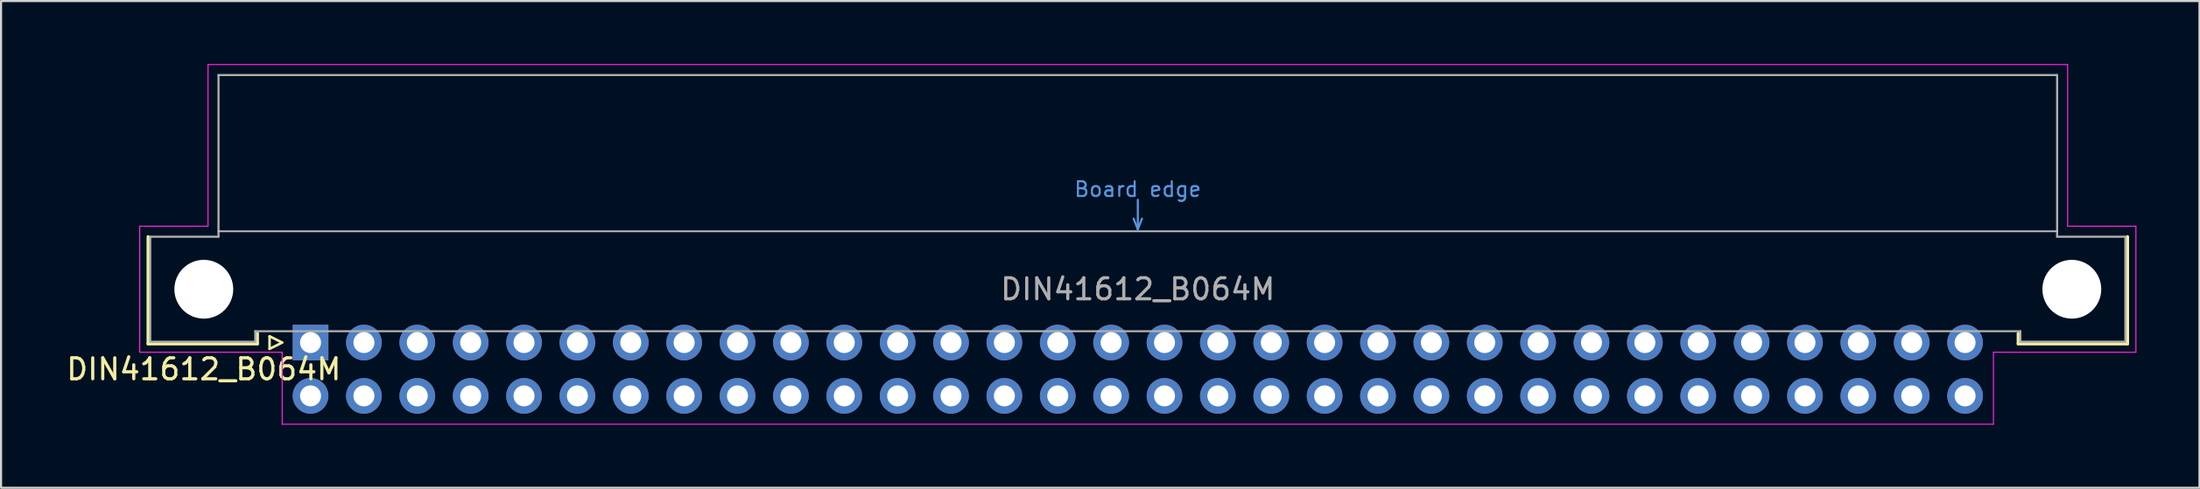
<source format=kicad_pcb>
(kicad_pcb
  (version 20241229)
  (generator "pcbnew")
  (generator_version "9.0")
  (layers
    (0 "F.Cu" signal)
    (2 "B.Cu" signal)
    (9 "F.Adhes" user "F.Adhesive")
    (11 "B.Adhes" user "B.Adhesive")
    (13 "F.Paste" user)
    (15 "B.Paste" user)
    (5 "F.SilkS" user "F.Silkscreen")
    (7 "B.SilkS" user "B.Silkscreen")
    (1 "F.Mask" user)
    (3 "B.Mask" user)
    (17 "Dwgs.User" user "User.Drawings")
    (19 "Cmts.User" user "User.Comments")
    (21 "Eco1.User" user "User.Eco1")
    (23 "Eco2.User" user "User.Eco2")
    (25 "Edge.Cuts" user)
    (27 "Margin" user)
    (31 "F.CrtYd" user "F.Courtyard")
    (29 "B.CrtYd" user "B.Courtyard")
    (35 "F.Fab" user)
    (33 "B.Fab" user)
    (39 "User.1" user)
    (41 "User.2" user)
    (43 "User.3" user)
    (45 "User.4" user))
  (footprint "DIN41612_B064M"
    (layer "F.Cu")
    (at 11.729 13.265)
    (property "Reference" "DIN41612_B064M" (at -5.08 1.27 0) (layer "F.SilkS") (effects (font (size 1 1) (thickness 0.15))))
    (attr through_hole)
    (fp_line (start -7.73 0.06) (end -7.73 -5.04) (stroke (width 0.15) (type solid)) (layer "F.SilkS"))
    (fp_line (start -2.53 -0.44) (end -2.53 0.06) (stroke (width 0.15) (type solid)) (layer "F.SilkS"))
    (fp_line (start -2.53 0.06) (end -7.73 0.06) (stroke (width 0.15) (type solid)) (layer "F.SilkS"))
    (fp_line (start -1.95 -0.3) (end -1.95 0.3) (stroke (width 0.12) (type solid)) (layer "F.SilkS"))
    (fp_line (start -1.95 0.3) (end -1.35 0) (stroke (width 0.12) (type solid)) (layer "F.SilkS"))
    (fp_line (start -1.35 0) (end -1.95 -0.3) (stroke (width 0.12) (type solid)) (layer "F.SilkS"))
    (fp_line (start 81.27 -0.44) (end 81.27 0.06) (stroke (width 0.15) (type solid)) (layer "F.SilkS"))
    (fp_line (start 81.27 0.06) (end 86.47 0.06) (stroke (width 0.15) (type solid)) (layer "F.SilkS"))
    (fp_line (start 86.47 0.06) (end 86.47 -5.04) (stroke (width 0.15) (type solid)) (layer "F.SilkS"))
    (fp_line (start -4.38 -5.3) (end 83.12 -5.3) (stroke (width 0.08) (type solid)) (layer "Dwgs.User"))
    (fp_line (start 39.17 -5.9) (end 39.37 -5.4) (stroke (width 0.1) (type solid)) (layer "Cmts.User"))
    (fp_line (start 39.37 -6.8) (end 39.37 -5.4) (stroke (width 0.1) (type solid)) (layer "Cmts.User"))
    (fp_line (start 39.37 -5.4) (end 39.57 -5.9) (stroke (width 0.1) (type solid)) (layer "Cmts.User"))
    (fp_line (start -8.13 -5.54) (end -4.88 -5.54) (stroke (width 0.05) (type solid)) (layer "F.CrtYd"))
    (fp_line (start -8.13 0.46) (end -8.13 -5.54) (stroke (width 0.05) (type solid)) (layer "F.CrtYd"))
    (fp_line (start -4.88 -13.24) (end 83.62 -13.24) (stroke (width 0.05) (type solid)) (layer "F.CrtYd"))
    (fp_line (start -4.88 -5.54) (end -4.88 -13.24) (stroke (width 0.05) (type solid)) (layer "F.CrtYd"))
    (fp_line (start -1.35 0.46) (end -8.13 0.46) (stroke (width 0.05) (type solid)) (layer "F.CrtYd"))
    (fp_line (start -1.35 3.89) (end -1.35 0.46) (stroke (width 0.05) (type solid)) (layer "F.CrtYd"))
    (fp_line (start 80.09 0.46) (end 80.09 3.89) (stroke (width 0.05) (type solid)) (layer "F.CrtYd"))
    (fp_line (start 80.09 3.89) (end -1.35 3.89) (stroke (width 0.05) (type solid)) (layer "F.CrtYd"))
    (fp_line (start 80.87 0.46) (end 80.09 0.46) (stroke (width 0.05) (type solid)) (layer "F.CrtYd"))
    (fp_line (start 83.62 -13.24) (end 83.62 -5.54) (stroke (width 0.05) (type solid)) (layer "F.CrtYd"))
    (fp_line (start 83.62 -5.54) (end 86.87 -5.54) (stroke (width 0.05) (type solid)) (layer "F.CrtYd"))
    (fp_line (start 86.87 -5.54) (end 86.87 0.46) (stroke (width 0.05) (type solid)) (layer "F.CrtYd"))
    (fp_line (start 86.87 0.46) (end 80.87 0.46) (stroke (width 0.05) (type solid)) (layer "F.CrtYd"))
    (fp_line (start -7.63 -5.04) (end -4.38 -5.04) (stroke (width 0.1) (type solid)) (layer "F.Fab"))
    (fp_line (start -7.63 -0.04) (end -7.63 -5.04) (stroke (width 0.1) (type solid)) (layer "F.Fab"))
    (fp_line (start -4.38 -12.74) (end 83.12 -12.74) (stroke (width 0.1) (type solid)) (layer "F.Fab"))
    (fp_line (start -4.38 -5.04) (end -4.38 -12.74) (stroke (width 0.1) (type solid)) (layer "F.Fab"))
    (fp_line (start -2.63 -0.54) (end -2.63 -0.04) (stroke (width 0.1) (type solid)) (layer "F.Fab"))
    (fp_line (start -2.63 -0.04) (end -7.63 -0.04) (stroke (width 0.1) (type solid)) (layer "F.Fab"))
    (fp_line (start 81.37 -0.54) (end -2.63 -0.54) (stroke (width 0.1) (type solid)) (layer "F.Fab"))
    (fp_line (start 81.37 -0.04) (end 81.37 -0.54) (stroke (width 0.1) (type solid)) (layer "F.Fab"))
    (fp_line (start 83.12 -12.74) (end 83.12 -5.04) (stroke (width 0.1) (type solid)) (layer "F.Fab"))
    (fp_line (start 83.12 -5.04) (end 86.37 -5.04) (stroke (width 0.1) (type solid)) (layer "F.Fab"))
    (fp_line (start 86.37 -5.04) (end 86.37 -0.04) (stroke (width 0.1) (type solid)) (layer "F.Fab"))
    (fp_line (start 86.37 -0.04) (end 81.37 -0.04) (stroke (width 0.1) (type solid)) (layer "F.Fab"))
    (fp_text user "Board edge" (at 39.37 -7.3 0) (layer "Cmts.User") (effects (font (size 0.7 0.7) (thickness 0.1))))
    (fp_text user "${REFERENCE}" (at 39.37 -2.54 0) (layer "F.Fab") (effects (font (size 1 1) (thickness 0.15))))
    (pad "" np_thru_hole circle (at -5.08 -2.54) (size 2.8 2.8) (drill 2.8) (layers "*.Cu" "*.Mask"))
    (pad "" np_thru_hole circle (at 83.82 -2.54) (size 2.8 2.8) (drill 2.8) (layers "*.Cu" "*.Mask"))
    (pad "1" thru_hole rect (at 0 0) (size 1.7 1.7) (drill 1) (layers "*.Cu" "*.Mask"))
    (pad "2" thru_hole circle (at 0 2.54) (size 1.7 1.7) (drill 1) (layers "*.Cu" "*.Mask"))
    (pad "A2" thru_hole circle (at 2.54 0) (size 1.7 1.7) (drill 1) (layers "*.Cu" "*.Mask"))
    (pad "A3" thru_hole circle (at 5.08 0) (size 1.7 1.7) (drill 1) (layers "*.Cu" "*.Mask"))
    (pad "A4" thru_hole circle (at 7.62 0) (size 1.7 1.7) (drill 1) (layers "*.Cu" "*.Mask"))
    (pad "A5" thru_hole circle (at 10.16 0) (size 1.7 1.7) (drill 1) (layers "*.Cu" "*.Mask"))
    (pad "A6" thru_hole circle (at 12.7 0) (size 1.7 1.7) (drill 1) (layers "*.Cu" "*.Mask"))
    (pad "A7" thru_hole circle (at 15.24 0) (size 1.7 1.7) (drill 1) (layers "*.Cu" "*.Mask"))
    (pad "A8" thru_hole circle (at 17.78 0) (size 1.7 1.7) (drill 1) (layers "*.Cu" "*.Mask"))
    (pad "A9" thru_hole circle (at 20.32 0) (size 1.7 1.7) (drill 1) (layers "*.Cu" "*.Mask"))
    (pad "A10" thru_hole circle (at 22.86 0) (size 1.7 1.7) (drill 1) (layers "*.Cu" "*.Mask"))
    (pad "A11" thru_hole circle (at 25.4 0) (size 1.7 1.7) (drill 1) (layers "*.Cu" "*.Mask"))
    (pad "A12" thru_hole circle (at 27.94 0) (size 1.7 1.7) (drill 1) (layers "*.Cu" "*.Mask"))
    (pad "A13" thru_hole circle (at 30.48 0) (size 1.7 1.7) (drill 1) (layers "*.Cu" "*.Mask"))
    (pad "A14" thru_hole circle (at 33.02 0) (size 1.7 1.7) (drill 1) (layers "*.Cu" "*.Mask"))
    (pad "A15" thru_hole circle (at 35.56 0) (size 1.7 1.7) (drill 1) (layers "*.Cu" "*.Mask"))
    (pad "A16" thru_hole circle (at 38.1 0) (size 1.7 1.7) (drill 1) (layers "*.Cu" "*.Mask"))
    (pad "A17" thru_hole circle (at 40.64 0) (size 1.7 1.7) (drill 1) (layers "*.Cu" "*.Mask"))
    (pad "A18" thru_hole circle (at 43.18 0) (size 1.7 1.7) (drill 1) (layers "*.Cu" "*.Mask"))
    (pad "A19" thru_hole circle (at 45.72 0) (size 1.7 1.7) (drill 1) (layers "*.Cu" "*.Mask"))
    (pad "A20" thru_hole circle (at 48.26 0) (size 1.7 1.7) (drill 1) (layers "*.Cu" "*.Mask"))
    (pad "A21" thru_hole circle (at 50.8 0) (size 1.7 1.7) (drill 1) (layers "*.Cu" "*.Mask"))
    (pad "A22" thru_hole circle (at 53.34 0) (size 1.7 1.7) (drill 1) (layers "*.Cu" "*.Mask"))
    (pad "A23" thru_hole circle (at 55.88 0) (size 1.7 1.7) (drill 1) (layers "*.Cu" "*.Mask"))
    (pad "A24" thru_hole circle (at 58.42 0) (size 1.7 1.7) (drill 1) (layers "*.Cu" "*.Mask"))
    (pad "A25" thru_hole circle (at 60.96 0) (size 1.7 1.7) (drill 1) (layers "*.Cu" "*.Mask"))
    (pad "A26" thru_hole circle (at 63.5 0) (size 1.7 1.7) (drill 1) (layers "*.Cu" "*.Mask"))
    (pad "A27" thru_hole circle (at 66.04 0) (size 1.7 1.7) (drill 1) (layers "*.Cu" "*.Mask"))
    (pad "A28" thru_hole circle (at 68.58 0) (size 1.7 1.7) (drill 1) (layers "*.Cu" "*.Mask"))
    (pad "A29" thru_hole circle (at 71.12 0) (size 1.7 1.7) (drill 1) (layers "*.Cu" "*.Mask"))
    (pad "A30" thru_hole circle (at 73.66 0) (size 1.7 1.7) (drill 1) (layers "*.Cu" "*.Mask"))
    (pad "A31" thru_hole circle (at 76.2 0) (size 1.7 1.7) (drill 1) (layers "*.Cu" "*.Mask"))
    (pad "A32" thru_hole circle (at 78.74 0) (size 1.7 1.7) (drill 1) (layers "*.Cu" "*.Mask"))
    (pad "B2" thru_hole circle (at 2.54 2.54) (size 1.7 1.7) (drill 1) (layers "*.Cu" "*.Mask"))
    (pad "B3" thru_hole circle (at 5.08 2.54) (size 1.7 1.7) (drill 1) (layers "*.Cu" "*.Mask"))
    (pad "B4" thru_hole circle (at 7.62 2.54) (size 1.7 1.7) (drill 1) (layers "*.Cu" "*.Mask"))
    (pad "B5" thru_hole circle (at 10.16 2.54) (size 1.7 1.7) (drill 1) (layers "*.Cu" "*.Mask"))
    (pad "B6" thru_hole circle (at 12.7 2.54) (size 1.7 1.7) (drill 1) (layers "*.Cu" "*.Mask"))
    (pad "B7" thru_hole circle (at 15.24 2.54) (size 1.7 1.7) (drill 1) (layers "*.Cu" "*.Mask"))
    (pad "B8" thru_hole circle (at 17.78 2.54) (size 1.7 1.7) (drill 1) (layers "*.Cu" "*.Mask"))
    (pad "B9" thru_hole circle (at 20.32 2.54) (size 1.7 1.7) (drill 1) (layers "*.Cu" "*.Mask"))
    (pad "B10" thru_hole circle (at 22.86 2.54) (size 1.7 1.7) (drill 1) (layers "*.Cu" "*.Mask"))
    (pad "B11" thru_hole circle (at 25.4 2.54) (size 1.7 1.7) (drill 1) (layers "*.Cu" "*.Mask"))
    (pad "B12" thru_hole circle (at 27.94 2.54) (size 1.7 1.7) (drill 1) (layers "*.Cu" "*.Mask"))
    (pad "B13" thru_hole circle (at 30.48 2.54) (size 1.7 1.7) (drill 1) (layers "*.Cu" "*.Mask"))
    (pad "B14" thru_hole circle (at 33.02 2.54) (size 1.7 1.7) (drill 1) (layers "*.Cu" "*.Mask"))
    (pad "B15" thru_hole circle (at 35.56 2.54) (size 1.7 1.7) (drill 1) (layers "*.Cu" "*.Mask"))
    (pad "B16" thru_hole circle (at 38.1 2.54) (size 1.7 1.7) (drill 1) (layers "*.Cu" "*.Mask"))
    (pad "B17" thru_hole circle (at 40.64 2.54) (size 1.7 1.7) (drill 1) (layers "*.Cu" "*.Mask"))
    (pad "B18" thru_hole circle (at 43.18 2.54) (size 1.7 1.7) (drill 1) (layers "*.Cu" "*.Mask"))
    (pad "B19" thru_hole circle (at 45.72 2.54) (size 1.7 1.7) (drill 1) (layers "*.Cu" "*.Mask"))
    (pad "B20" thru_hole circle (at 48.26 2.54) (size 1.7 1.7) (drill 1) (layers "*.Cu" "*.Mask"))
    (pad "B21" thru_hole circle (at 50.8 2.54) (size 1.7 1.7) (drill 1) (layers "*.Cu" "*.Mask"))
    (pad "B22" thru_hole circle (at 53.34 2.54) (size 1.7 1.7) (drill 1) (layers "*.Cu" "*.Mask"))
    (pad "B23" thru_hole circle (at 55.88 2.54) (size 1.7 1.7) (drill 1) (layers "*.Cu" "*.Mask"))
    (pad "B24" thru_hole circle (at 58.42 2.54) (size 1.7 1.7) (drill 1) (layers "*.Cu" "*.Mask"))
    (pad "B25" thru_hole circle (at 60.96 2.54) (size 1.7 1.7) (drill 1) (layers "*.Cu" "*.Mask"))
    (pad "B26" thru_hole circle (at 63.5 2.54) (size 1.7 1.7) (drill 1) (layers "*.Cu" "*.Mask"))
    (pad "B27" thru_hole circle (at 66.04 2.54) (size 1.7 1.7) (drill 1) (layers "*.Cu" "*.Mask"))
    (pad "B28" thru_hole circle (at 68.58 2.54) (size 1.7 1.7) (drill 1) (layers "*.Cu" "*.Mask"))
    (pad "B29" thru_hole circle (at 71.12 2.54) (size 1.7 1.7) (drill 1) (layers "*.Cu" "*.Mask"))
    (pad "B30" thru_hole circle (at 73.66 2.54) (size 1.7 1.7) (drill 1) (layers "*.Cu" "*.Mask"))
    (pad "B31" thru_hole circle (at 76.2 2.54) (size 1.7 1.7) (drill 1) (layers "*.Cu" "*.Mask"))
    (pad "B32" thru_hole circle (at 78.74 2.54) (size 1.7 1.7) (drill 1) (layers "*.Cu" "*.Mask")))
  (gr_rect
    (start -3 -3)
    (end 101.624 20.18)
    (stroke (width 0.1) (type default))
    (fill no)
    (layer "Edge.Cuts")))
</source>
